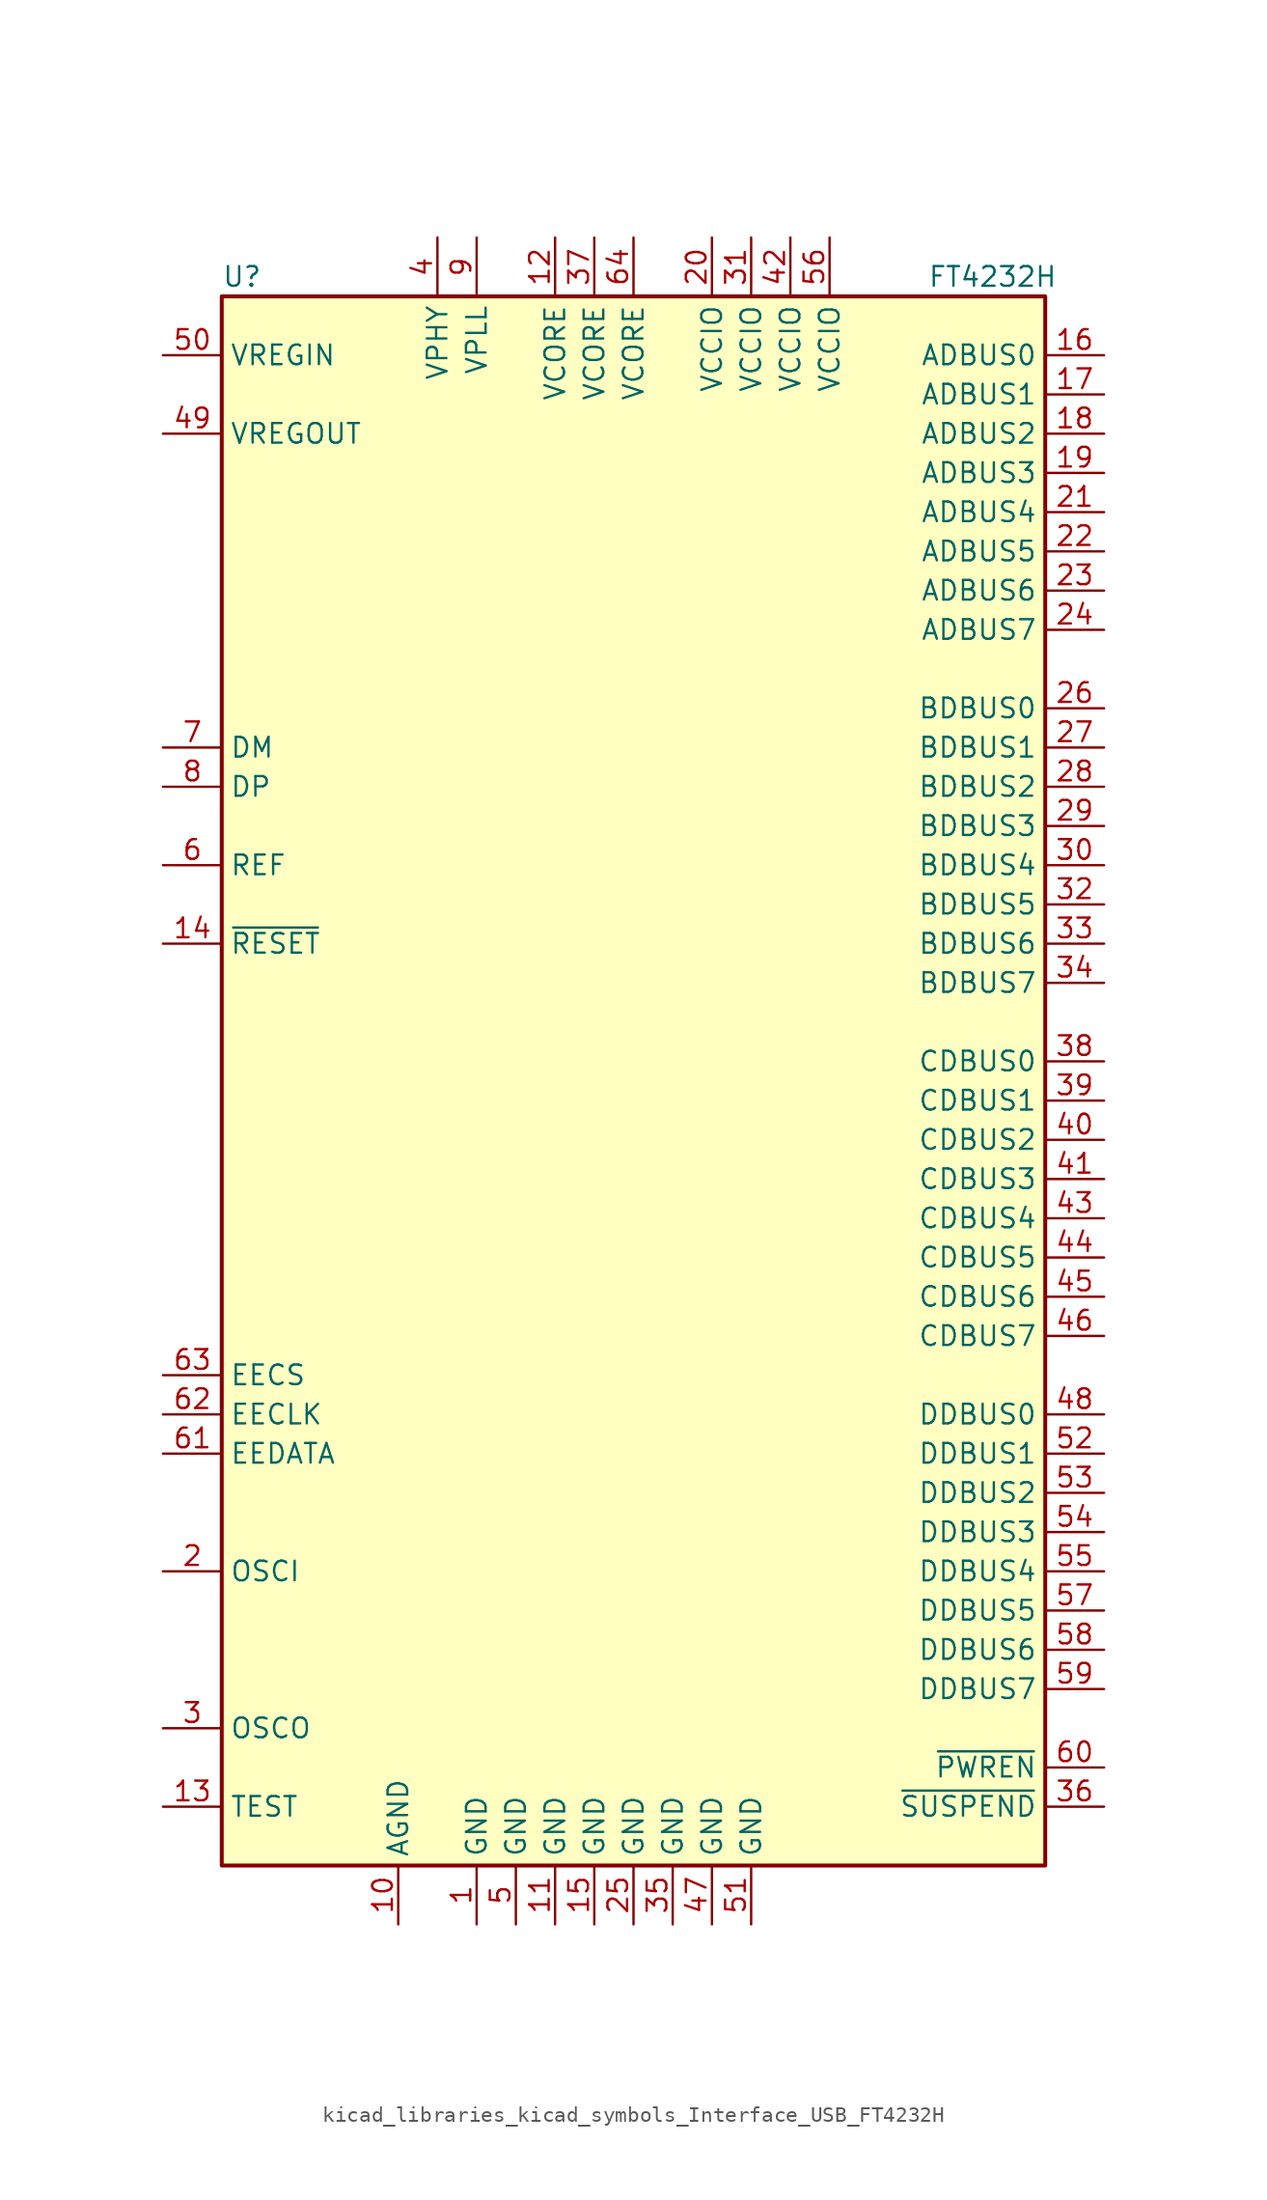
<source format=kicad_sym>
(kicad_symbol_lib
  (version 20220914)
  (generator kicad_symbol_editor)
  (symbol "kicad_libraries_kicad_symbols_Interface_USB_FT4232H"
    (property "Reference" "U"
      (at -26.67 53.34 0)
      (effects (font (size 1.27 1.27)) (justify left)))
    (property "Value" "FT4232H"
      (at 19.05 53.34 0)
      (effects (font (size 1.27 1.27)) (justify left)))
    (symbol "kicad_libraries_kicad_symbols_Interface_USB_FT4232H_0_1"
      (rectangle (start -26.67 -49.53) (end 26.67 52.07) (stroke (width 0.254) (type default)) (fill (type background))))
    (symbol "kicad_libraries_kicad_symbols_Interface_USB_FT4232H_1_1"
      (pin power_in line (at -10.16 -53.34 90) (length 3.81) (name "GND" (effects (font (size 1.27 1.27)))) (number "1" (effects (font (size 1.27 1.27)))))
      (pin power_in line (at -15.24 -53.34 90) (length 3.81) (name "AGND" (effects (font (size 1.27 1.27)))) (number "10" (effects (font (size 1.27 1.27)))))
      (pin power_in line (at -5.08 -53.34 90) (length 3.81) (name "GND" (effects (font (size 1.27 1.27)))) (number "11" (effects (font (size 1.27 1.27)))))
      (pin power_in line (at -5.08 55.88 270) (length 3.81) (name "VCORE" (effects (font (size 1.27 1.27)))) (number "12" (effects (font (size 1.27 1.27)))))
      (pin input line (at -30.48 -45.72 0) (length 3.81) (name "TEST" (effects (font (size 1.27 1.27)))) (number "13" (effects (font (size 1.27 1.27)))))
      (pin input line (at -30.48 10.16 0) (length 3.81) (name "~{RESET}" (effects (font (size 1.27 1.27)))) (number "14" (effects (font (size 1.27 1.27)))))
      (pin power_in line (at -2.54 -53.34 90) (length 3.81) (name "GND" (effects (font (size 1.27 1.27)))) (number "15" (effects (font (size 1.27 1.27)))))
      (pin bidirectional line (at 30.48 48.26 180) (length 3.81) (name "ADBUS0" (effects (font (size 1.27 1.27)))) (number "16" (effects (font (size 1.27 1.27)))))
      (pin bidirectional line (at 30.48 45.72 180) (length 3.81) (name "ADBUS1" (effects (font (size 1.27 1.27)))) (number "17" (effects (font (size 1.27 1.27)))))
      (pin bidirectional line (at 30.48 43.18 180) (length 3.81) (name "ADBUS2" (effects (font (size 1.27 1.27)))) (number "18" (effects (font (size 1.27 1.27)))))
      (pin bidirectional line (at 30.48 40.64 180) (length 3.81) (name "ADBUS3" (effects (font (size 1.27 1.27)))) (number "19" (effects (font (size 1.27 1.27)))))
      (pin input line (at -30.48 -30.48 0) (length 3.81) (name "OSCI" (effects (font (size 1.27 1.27)))) (number "2" (effects (font (size 1.27 1.27)))))
      (pin power_in line (at 5.08 55.88 270) (length 3.81) (name "VCCIO" (effects (font (size 1.27 1.27)))) (number "20" (effects (font (size 1.27 1.27)))))
      (pin bidirectional line (at 30.48 38.1 180) (length 3.81) (name "ADBUS4" (effects (font (size 1.27 1.27)))) (number "21" (effects (font (size 1.27 1.27)))))
      (pin bidirectional line (at 30.48 35.56 180) (length 3.81) (name "ADBUS5" (effects (font (size 1.27 1.27)))) (number "22" (effects (font (size 1.27 1.27)))))
      (pin bidirectional line (at 30.48 33.02 180) (length 3.81) (name "ADBUS6" (effects (font (size 1.27 1.27)))) (number "23" (effects (font (size 1.27 1.27)))))
      (pin bidirectional line (at 30.48 30.48 180) (length 3.81) (name "ADBUS7" (effects (font (size 1.27 1.27)))) (number "24" (effects (font (size 1.27 1.27)))))
      (pin power_in line (at 0 -53.34 90) (length 3.81) (name "GND" (effects (font (size 1.27 1.27)))) (number "25" (effects (font (size 1.27 1.27)))))
      (pin bidirectional line (at 30.48 25.4 180) (length 3.81) (name "BDBUS0" (effects (font (size 1.27 1.27)))) (number "26" (effects (font (size 1.27 1.27)))))
      (pin bidirectional line (at 30.48 22.86 180) (length 3.81) (name "BDBUS1" (effects (font (size 1.27 1.27)))) (number "27" (effects (font (size 1.27 1.27)))))
      (pin bidirectional line (at 30.48 20.32 180) (length 3.81) (name "BDBUS2" (effects (font (size 1.27 1.27)))) (number "28" (effects (font (size 1.27 1.27)))))
      (pin bidirectional line (at 30.48 17.78 180) (length 3.81) (name "BDBUS3" (effects (font (size 1.27 1.27)))) (number "29" (effects (font (size 1.27 1.27)))))
      (pin output line (at -30.48 -40.64 0) (length 3.81) (name "OSCO" (effects (font (size 1.27 1.27)))) (number "3" (effects (font (size 1.27 1.27)))))
      (pin bidirectional line (at 30.48 15.24 180) (length 3.81) (name "BDBUS4" (effects (font (size 1.27 1.27)))) (number "30" (effects (font (size 1.27 1.27)))))
      (pin power_in line (at 7.62 55.88 270) (length 3.81) (name "VCCIO" (effects (font (size 1.27 1.27)))) (number "31" (effects (font (size 1.27 1.27)))))
      (pin bidirectional line (at 30.48 12.7 180) (length 3.81) (name "BDBUS5" (effects (font (size 1.27 1.27)))) (number "32" (effects (font (size 1.27 1.27)))))
      (pin bidirectional line (at 30.48 10.16 180) (length 3.81) (name "BDBUS6" (effects (font (size 1.27 1.27)))) (number "33" (effects (font (size 1.27 1.27)))))
      (pin bidirectional line (at 30.48 7.62 180) (length 3.81) (name "BDBUS7" (effects (font (size 1.27 1.27)))) (number "34" (effects (font (size 1.27 1.27)))))
      (pin power_in line (at 2.54 -53.34 90) (length 3.81) (name "GND" (effects (font (size 1.27 1.27)))) (number "35" (effects (font (size 1.27 1.27)))))
      (pin output line (at 30.48 -45.72 180) (length 3.81) (name "~{SUSPEND}" (effects (font (size 1.27 1.27)))) (number "36" (effects (font (size 1.27 1.27)))))
      (pin power_in line (at -2.54 55.88 270) (length 3.81) (name "VCORE" (effects (font (size 1.27 1.27)))) (number "37" (effects (font (size 1.27 1.27)))))
      (pin bidirectional line (at 30.48 2.54 180) (length 3.81) (name "CDBUS0" (effects (font (size 1.27 1.27)))) (number "38" (effects (font (size 1.27 1.27)))))
      (pin bidirectional line (at 30.48 0 180) (length 3.81) (name "CDBUS1" (effects (font (size 1.27 1.27)))) (number "39" (effects (font (size 1.27 1.27)))))
      (pin power_in line (at -12.7 55.88 270) (length 3.81) (name "VPHY" (effects (font (size 1.27 1.27)))) (number "4" (effects (font (size 1.27 1.27)))))
      (pin bidirectional line (at 30.48 -2.54 180) (length 3.81) (name "CDBUS2" (effects (font (size 1.27 1.27)))) (number "40" (effects (font (size 1.27 1.27)))))
      (pin bidirectional line (at 30.48 -5.08 180) (length 3.81) (name "CDBUS3" (effects (font (size 1.27 1.27)))) (number "41" (effects (font (size 1.27 1.27)))))
      (pin power_in line (at 10.16 55.88 270) (length 3.81) (name "VCCIO" (effects (font (size 1.27 1.27)))) (number "42" (effects (font (size 1.27 1.27)))))
      (pin bidirectional line (at 30.48 -7.62 180) (length 3.81) (name "CDBUS4" (effects (font (size 1.27 1.27)))) (number "43" (effects (font (size 1.27 1.27)))))
      (pin bidirectional line (at 30.48 -10.16 180) (length 3.81) (name "CDBUS5" (effects (font (size 1.27 1.27)))) (number "44" (effects (font (size 1.27 1.27)))))
      (pin bidirectional line (at 30.48 -12.7 180) (length 3.81) (name "CDBUS6" (effects (font (size 1.27 1.27)))) (number "45" (effects (font (size 1.27 1.27)))))
      (pin bidirectional line (at 30.48 -15.24 180) (length 3.81) (name "CDBUS7" (effects (font (size 1.27 1.27)))) (number "46" (effects (font (size 1.27 1.27)))))
      (pin power_in line (at 5.08 -53.34 90) (length 3.81) (name "GND" (effects (font (size 1.27 1.27)))) (number "47" (effects (font (size 1.27 1.27)))))
      (pin bidirectional line (at 30.48 -20.32 180) (length 3.81) (name "DDBUS0" (effects (font (size 1.27 1.27)))) (number "48" (effects (font (size 1.27 1.27)))))
      (pin power_out line (at -30.48 43.18 0) (length 3.81) (name "VREGOUT" (effects (font (size 1.27 1.27)))) (number "49" (effects (font (size 1.27 1.27)))))
      (pin power_in line (at -7.62 -53.34 90) (length 3.81) (name "GND" (effects (font (size 1.27 1.27)))) (number "5" (effects (font (size 1.27 1.27)))))
      (pin power_in line (at -30.48 48.26 0) (length 3.81) (name "VREGIN" (effects (font (size 1.27 1.27)))) (number "50" (effects (font (size 1.27 1.27)))))
      (pin power_in line (at 7.62 -53.34 90) (length 3.81) (name "GND" (effects (font (size 1.27 1.27)))) (number "51" (effects (font (size 1.27 1.27)))))
      (pin bidirectional line (at 30.48 -22.86 180) (length 3.81) (name "DDBUS1" (effects (font (size 1.27 1.27)))) (number "52" (effects (font (size 1.27 1.27)))))
      (pin bidirectional line (at 30.48 -25.4 180) (length 3.81) (name "DDBUS2" (effects (font (size 1.27 1.27)))) (number "53" (effects (font (size 1.27 1.27)))))
      (pin bidirectional line (at 30.48 -27.94 180) (length 3.81) (name "DDBUS3" (effects (font (size 1.27 1.27)))) (number "54" (effects (font (size 1.27 1.27)))))
      (pin bidirectional line (at 30.48 -30.48 180) (length 3.81) (name "DDBUS4" (effects (font (size 1.27 1.27)))) (number "55" (effects (font (size 1.27 1.27)))))
      (pin power_in line (at 12.7 55.88 270) (length 3.81) (name "VCCIO" (effects (font (size 1.27 1.27)))) (number "56" (effects (font (size 1.27 1.27)))))
      (pin bidirectional line (at 30.48 -33.02 180) (length 3.81) (name "DDBUS5" (effects (font (size 1.27 1.27)))) (number "57" (effects (font (size 1.27 1.27)))))
      (pin bidirectional line (at 30.48 -35.56 180) (length 3.81) (name "DDBUS6" (effects (font (size 1.27 1.27)))) (number "58" (effects (font (size 1.27 1.27)))))
      (pin bidirectional line (at 30.48 -38.1 180) (length 3.81) (name "DDBUS7" (effects (font (size 1.27 1.27)))) (number "59" (effects (font (size 1.27 1.27)))))
      (pin input line (at -30.48 15.24 0) (length 3.81) (name "REF" (effects (font (size 1.27 1.27)))) (number "6" (effects (font (size 1.27 1.27)))))
      (pin output line (at 30.48 -43.18 180) (length 3.81) (name "~{PWREN}" (effects (font (size 1.27 1.27)))) (number "60" (effects (font (size 1.27 1.27)))))
      (pin bidirectional line (at -30.48 -22.86 0) (length 3.81) (name "EEDATA" (effects (font (size 1.27 1.27)))) (number "61" (effects (font (size 1.27 1.27)))))
      (pin output line (at -30.48 -20.32 0) (length 3.81) (name "EECLK" (effects (font (size 1.27 1.27)))) (number "62" (effects (font (size 1.27 1.27)))))
      (pin output line (at -30.48 -17.78 0) (length 3.81) (name "EECS" (effects (font (size 1.27 1.27)))) (number "63" (effects (font (size 1.27 1.27)))))
      (pin power_in line (at 0 55.88 270) (length 3.81) (name "VCORE" (effects (font (size 1.27 1.27)))) (number "64" (effects (font (size 1.27 1.27)))))
      (pin bidirectional line (at -30.48 22.86 0) (length 3.81) (name "DM" (effects (font (size 1.27 1.27)))) (number "7" (effects (font (size 1.27 1.27)))))
      (pin bidirectional line (at -30.48 20.32 0) (length 3.81) (name "DP" (effects (font (size 1.27 1.27)))) (number "8" (effects (font (size 1.27 1.27)))))
      (pin power_in line (at -10.16 55.88 270) (length 3.81) (name "VPLL" (effects (font (size 1.27 1.27)))) (number "9" (effects (font (size 1.27 1.27))))))))
</source>
